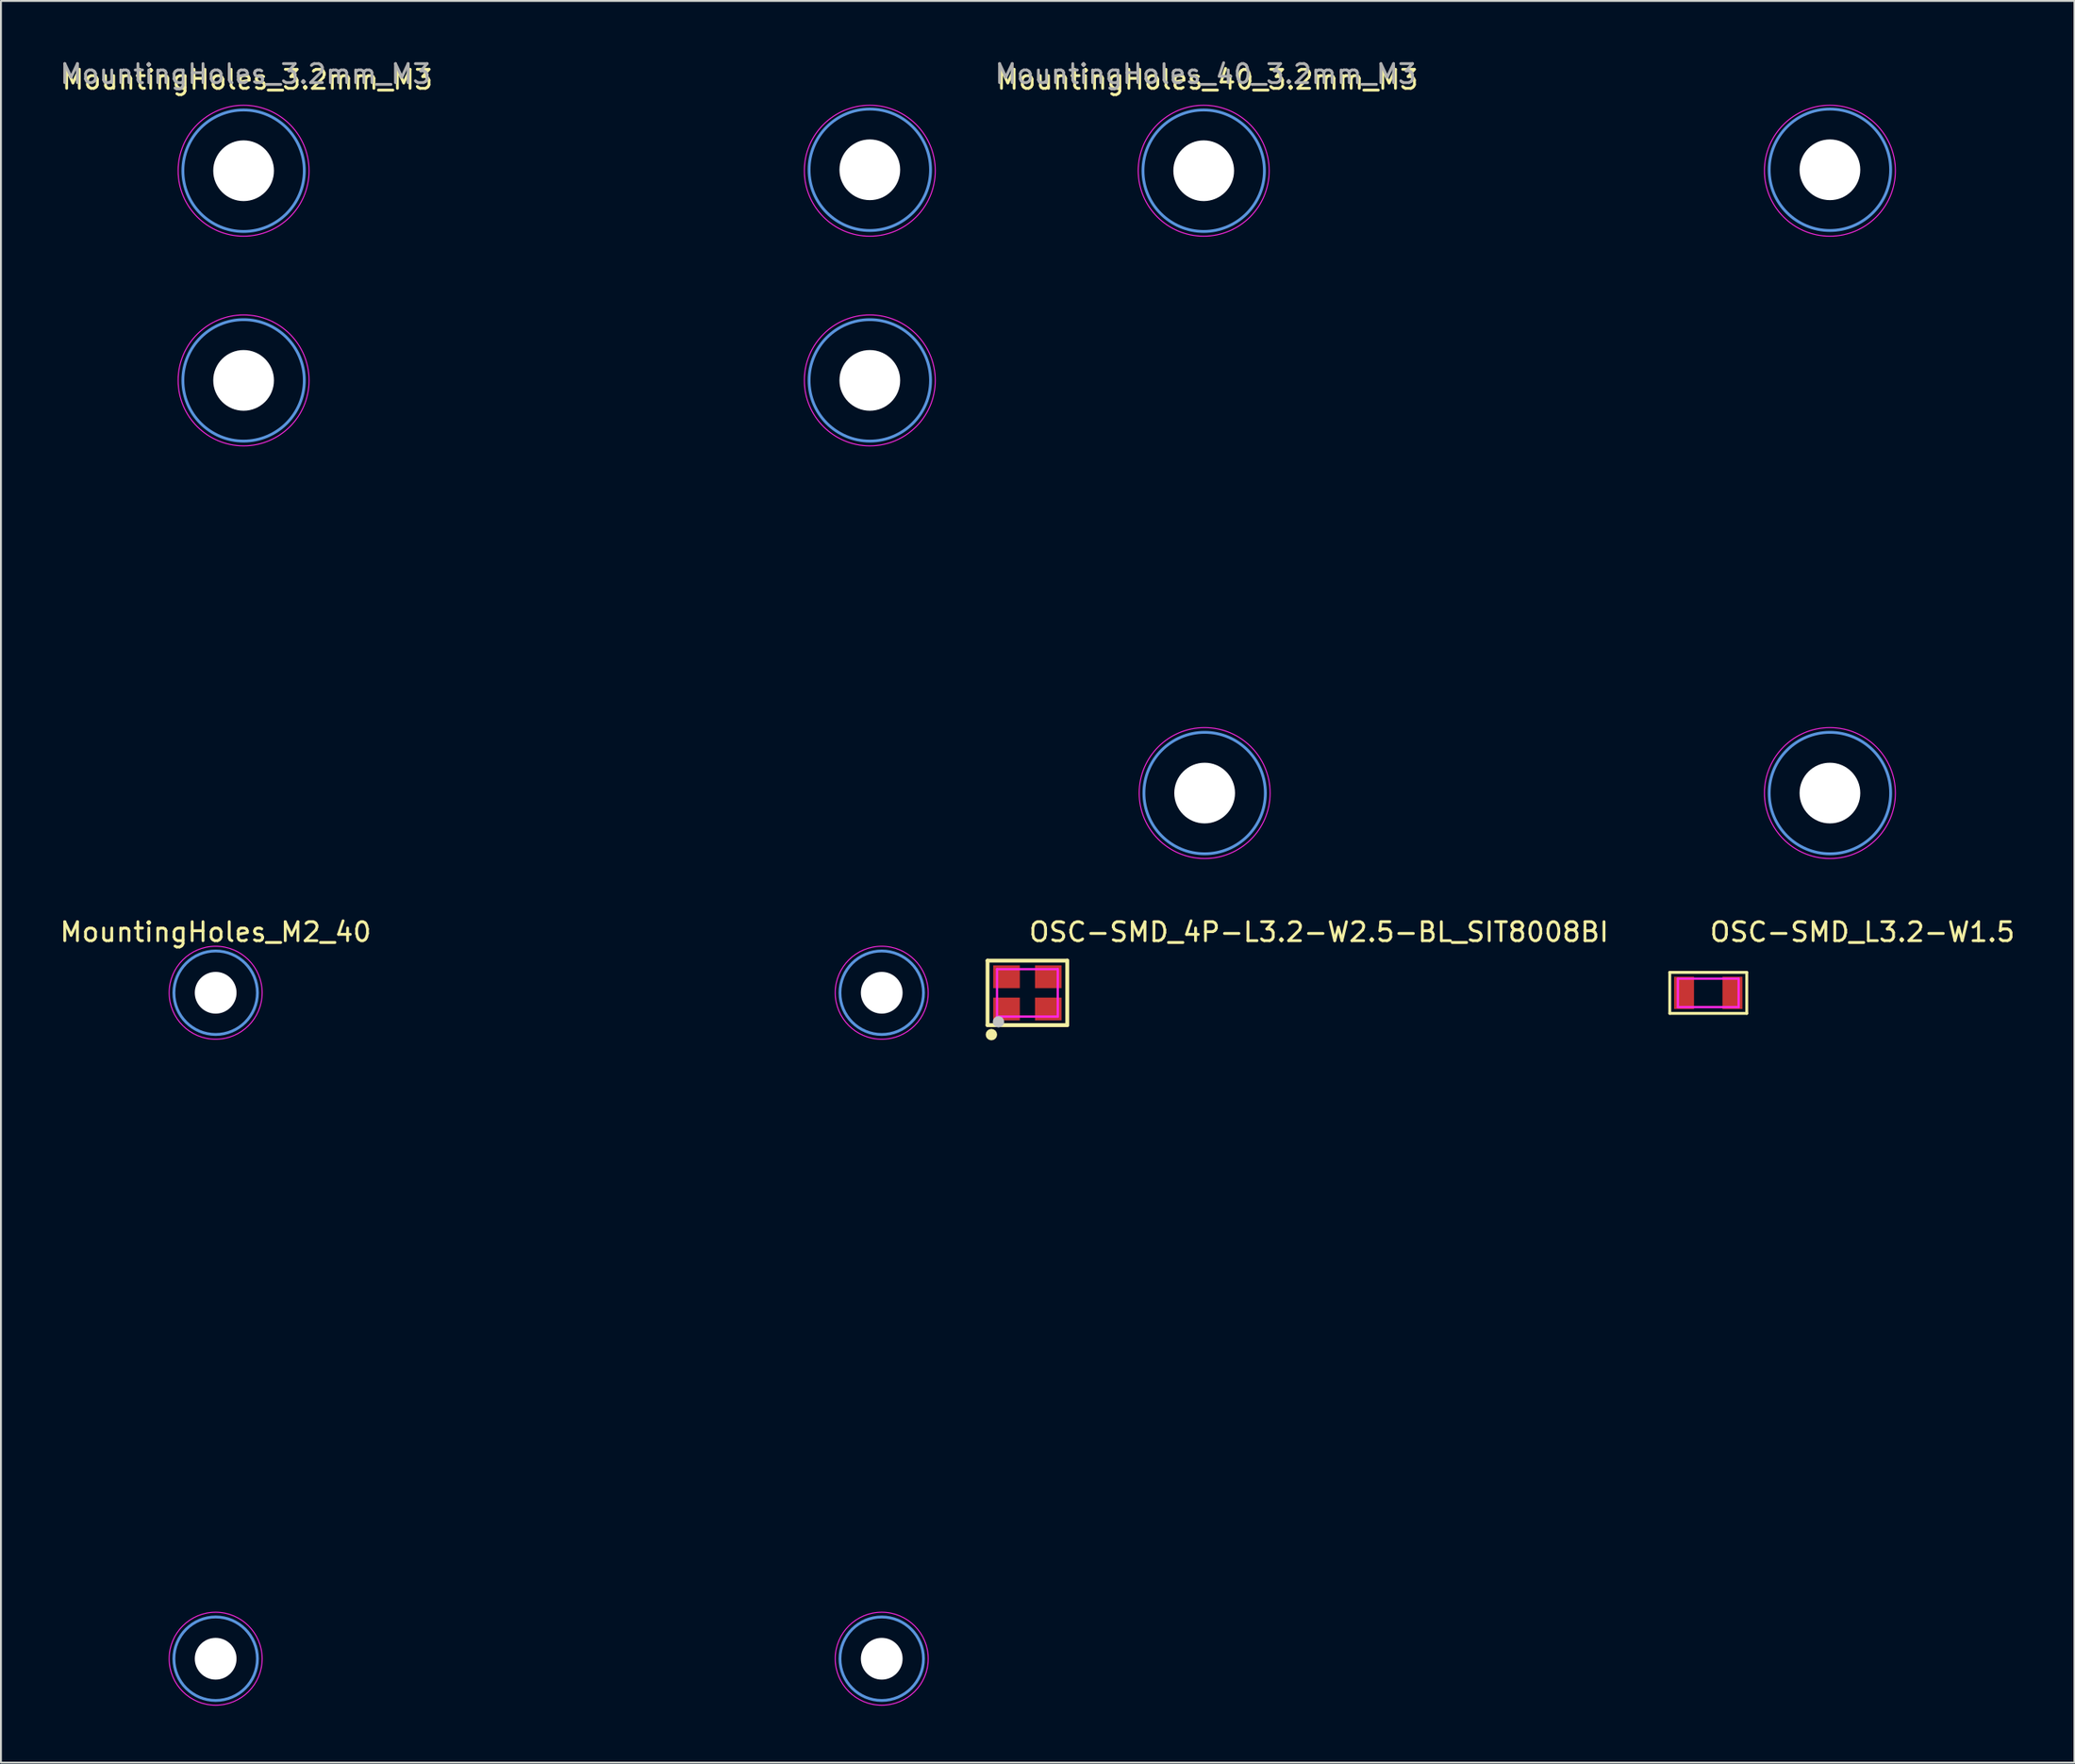
<source format=kicad_pcb>
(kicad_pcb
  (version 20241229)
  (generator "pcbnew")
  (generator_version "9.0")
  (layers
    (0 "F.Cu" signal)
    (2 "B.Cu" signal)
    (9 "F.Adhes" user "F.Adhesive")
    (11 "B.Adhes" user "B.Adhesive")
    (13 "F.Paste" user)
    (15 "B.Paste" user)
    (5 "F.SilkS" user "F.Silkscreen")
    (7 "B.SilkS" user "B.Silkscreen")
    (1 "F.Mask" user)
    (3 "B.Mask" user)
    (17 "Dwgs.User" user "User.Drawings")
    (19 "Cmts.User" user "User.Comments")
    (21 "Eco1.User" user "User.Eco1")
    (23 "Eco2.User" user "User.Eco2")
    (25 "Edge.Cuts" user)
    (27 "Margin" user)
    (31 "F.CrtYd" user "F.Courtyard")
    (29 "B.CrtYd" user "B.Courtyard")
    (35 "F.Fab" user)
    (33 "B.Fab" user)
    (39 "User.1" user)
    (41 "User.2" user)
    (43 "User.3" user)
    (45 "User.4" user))
  (footprint "OSC-SMD_4P-L3.2-W2.5-BL_SIT8008BI"
    (layer "F.Cu")
    (at 51.092 49.279)
    (property "Reference" "OSC-SMD_4P-L3.2-W2.5-BL_SIT8008BI" (at 0 -3.207 0) (layer "F.SilkS") (effects (font (size 1 1) (thickness 0.15)) (justify left)))
    (attr through_hole)
    (fp_line (start -2.1 -1.7) (end -2.1 1.7) (stroke (width 0.203) (type solid)) (layer "F.SilkS"))
    (fp_line (start -2.1 1.7) (end 2.1 1.7) (stroke (width 0.203) (type solid)) (layer "F.SilkS"))
    (fp_line (start 2.1 -1.7) (end -2.1 -1.7) (stroke (width 0.203) (type solid)) (layer "F.SilkS"))
    (fp_line (start 2.1 1.7) (end 2.1 -1.7) (stroke (width 0.203) (type solid)) (layer "F.SilkS"))
    (fp_arc (start -1.897 2.05) (mid -1.89973 2.350012) (end -1.89954 2.049988) (stroke (width 0.3) (type solid)) (layer "F.SilkS"))
    (fp_circle (center -1.524 1.524) (end -1.374 1.524) (stroke (width 0.3) (type solid)) (fill no) (layer "Dwgs.User"))
    (fp_circle (center -1.6 1.25) (end -1.57 1.25) (stroke (width 0.06) (type solid)) (fill no) (layer "Eco2.User"))
    (fp_poly (pts (xy -1.5 -1.15) (xy -0.6 -1.15) (xy -0.6 -0.55) (xy -1.5 -0.55)) (stroke (width 0.12) (type solid)) (fill no) (layer "Eco2.User"))
    (fp_poly (pts (xy -1.5 0.55) (xy -0.6 0.55) (xy -0.6 1.15) (xy -1.5 1.15)) (stroke (width 0.12) (type solid)) (fill no) (layer "Eco2.User"))
    (fp_poly (pts (xy 0.6 -1.15) (xy 1.5 -1.15) (xy 1.5 -0.55) (xy 0.6 -0.55)) (stroke (width 0.12) (type solid)) (fill no) (layer "Eco2.User"))
    (fp_poly (pts (xy 0.6 0.55) (xy 1.5 0.55) (xy 1.5 1.15) (xy 0.6 1.15)) (stroke (width 0.12) (type solid)) (fill no) (layer "Eco2.User"))
    (fp_line (start -1.6 -1.25) (end 1.6 -1.25) (stroke (width 0.12) (type solid)) (layer "F.CrtYd"))
    (fp_line (start -1.6 1.25) (end -1.6 -1.25) (stroke (width 0.12) (type solid)) (layer "F.CrtYd"))
    (fp_line (start 1.6 -1.25) (end 1.6 1.25) (stroke (width 0.12) (type solid)) (layer "F.CrtYd"))
    (fp_line (start 1.6 1.25) (end -1.6 1.25) (stroke (width 0.12) (type solid)) (layer "F.CrtYd"))
    (pad "1" smd rect (at -1.1 0.85) (size 1.4 1.2) (layers "F.Cu" "F.Mask" "F.Paste"))
    (pad "2" smd rect (at 1.1 0.85) (size 1.4 1.2) (layers "F.Cu" "F.Mask" "F.Paste"))
    (pad "3" smd rect (at 1.1 -0.85) (size 1.4 1.2) (layers "F.Cu" "F.Mask" "F.Paste"))
    (pad "4" smd rect (at -1.1 -0.85) (size 1.4 1.2) (layers "F.Cu" "F.Mask" "F.Paste")))
  (footprint "MountingHoles_40_3.2mm_M3"
    (layer "F.Cu")
    (at 60.382 5.948)
    (property "Reference" "MountingHoles_40_3.2mm_M3" (at 0.2 -4.8 0) (layer "F.SilkS") (effects (font (size 1 1) (thickness 0.15))))
    (attr exclude_from_pos_files)
    (fp_circle (center 0 0) (end 3.2 0) (stroke (width 0.15) (type solid)) (fill no) (layer "Cmts.User"))
    (fp_circle (center 0.05 32.8) (end 3.25 32.8) (stroke (width 0.15) (type solid)) (fill no) (layer "Cmts.User"))
    (fp_circle (center 33 -0.05) (end 36.2 -0.05) (stroke (width 0.15) (type solid)) (fill no) (layer "Cmts.User"))
    (fp_circle (center 33 32.8) (end 36.2 32.8) (stroke (width 0.15) (type solid)) (fill no) (layer "Cmts.User"))
    (fp_circle (center 0 0) (end 3.45 0) (stroke (width 0.05) (type solid)) (fill no) (layer "F.CrtYd"))
    (fp_circle (center 0.05 32.8) (end 3.5 32.8) (stroke (width 0.05) (type solid)) (fill no) (layer "F.CrtYd"))
    (fp_circle (center 33 0) (end 36.45 0) (stroke (width 0.05) (type solid)) (fill no) (layer "F.CrtYd"))
    (fp_circle (center 33 32.8) (end 36.45 32.8) (stroke (width 0.05) (type solid)) (fill no) (layer "F.CrtYd"))
    (fp_text user "${REFERENCE}" (at 0.1 -5.1 0) (layer "F.Fab") (effects (font (size 1 1) (thickness 0.15))))
    (pad "" np_thru_hole circle (at 0 0) (size 3.2 3.2) (drill 3.2) (layers "*.Cu" "*.Mask"))
    (pad "" np_thru_hole circle (at 0.05 32.8) (size 3.2 3.2) (drill 3.2) (layers "*.Cu" "*.Mask"))
    (pad "" np_thru_hole circle (at 33 -0.05) (size 3.2 3.2) (drill 3.2) (layers "*.Cu" "*.Mask"))
    (pad "" np_thru_hole circle (at 33 32.8) (size 3.2 3.2) (drill 3.2) (layers "*.Cu" "*.Mask")))
  (footprint "MountingHoles_M2_40"
    (layer "F.Cu")
    (at 25.865 66.822)
    (property "Reference" "MountingHoles_M2_40" (at -17.55 -20.75 0) (layer "F.SilkS") (effects (font (size 1 1) (thickness 0.15))))
    (attr exclude_from_pos_files exclude_from_bom)
    (fp_circle (center -17.55 -17.55) (end -15.35 -17.55) (stroke (width 0.15) (type solid)) (fill no) (layer "Cmts.User"))
    (fp_circle (center -17.55 17.55) (end -15.35 17.55) (stroke (width 0.15) (type solid)) (fill no) (layer "Cmts.User"))
    (fp_circle (center 17.55 -17.55) (end 19.75 -17.55) (stroke (width 0.15) (type solid)) (fill no) (layer "Cmts.User"))
    (fp_circle (center 17.55 17.55) (end 19.75 17.55) (stroke (width 0.15) (type solid)) (fill no) (layer "Cmts.User"))
    (fp_circle (center -17.55 -17.55) (end -15.1 -17.55) (stroke (width 0.05) (type solid)) (fill no) (layer "F.CrtYd"))
    (fp_circle (center -17.55 17.55) (end -15.1 17.55) (stroke (width 0.05) (type solid)) (fill no) (layer "F.CrtYd"))
    (fp_circle (center 17.55 -17.55) (end 20 -17.55) (stroke (width 0.05) (type solid)) (fill no) (layer "F.CrtYd"))
    (fp_circle (center 17.55 17.55) (end 20 17.55) (stroke (width 0.05) (type solid)) (fill no) (layer "F.CrtYd"))
    (pad "" np_thru_hole circle (at -17.55 -17.55) (size 2.2 2.2) (drill 2.2) (layers "*.Cu" "*.Mask"))
    (pad "" np_thru_hole circle (at -17.55 17.55) (size 2.2 2.2) (drill 2.2) (layers "*.Cu" "*.Mask"))
    (pad "" np_thru_hole circle (at 17.55 -17.55) (size 2.2 2.2) (drill 2.2) (layers "*.Cu" "*.Mask"))
    (pad "" np_thru_hole circle (at 17.55 17.55) (size 2.2 2.2) (drill 2.2) (layers "*.Cu" "*.Mask")))
  (footprint "MountingHoles_3.2mm_M3"
    (layer "F.Cu")
    (at 9.787 5.948)
    (property "Reference" "MountingHoles_3.2mm_M3" (at 0.2 -4.8 0) (layer "F.SilkS") (effects (font (size 1 1) (thickness 0.15))))
    (attr exclude_from_pos_files)
    (fp_circle (center 0 0) (end 3.2 0) (stroke (width 0.15) (type solid)) (fill no) (layer "Cmts.User"))
    (fp_circle (center 0 11.05) (end 3.2 11.05) (stroke (width 0.15) (type solid)) (fill no) (layer "Cmts.User"))
    (fp_circle (center 33 -0.05) (end 36.2 -0.05) (stroke (width 0.15) (type solid)) (fill no) (layer "Cmts.User"))
    (fp_circle (center 33 11.05) (end 36.2 11.05) (stroke (width 0.15) (type solid)) (fill no) (layer "Cmts.User"))
    (fp_circle (center 0 0) (end 3.45 0) (stroke (width 0.05) (type solid)) (fill no) (layer "F.CrtYd"))
    (fp_circle (center 0 11.05) (end 3.45 11.05) (stroke (width 0.05) (type solid)) (fill no) (layer "F.CrtYd"))
    (fp_circle (center 33 0) (end 36.45 0) (stroke (width 0.05) (type solid)) (fill no) (layer "F.CrtYd"))
    (fp_circle (center 33 11.05) (end 36.45 11.05) (stroke (width 0.05) (type solid)) (fill no) (layer "F.CrtYd"))
    (fp_text user "${REFERENCE}" (at 0.1 -5.1 0) (layer "F.Fab") (effects (font (size 1 1) (thickness 0.15))))
    (pad "" np_thru_hole circle (at 0 0) (size 3.2 3.2) (drill 3.2) (layers "*.Cu" "*.Mask"))
    (pad "" np_thru_hole circle (at 0 11.05) (size 3.2 3.2) (drill 3.2) (layers "*.Cu" "*.Mask"))
    (pad "" np_thru_hole circle (at 33 -0.05) (size 3.2 3.2) (drill 3.2) (layers "*.Cu" "*.Mask"))
    (pad "" np_thru_hole circle (at 33 11.05) (size 3.2 3.2) (drill 3.2) (layers "*.Cu" "*.Mask")))
  (footprint "OSC-SMD_L3.2-W1.5"
    (layer "F.Cu")
    (at 86.971 49.279)
    (property "Reference" "OSC-SMD_L3.2-W1.5" (at 0 -3.207 0) (layer "F.SilkS") (effects (font (size 1 1) (thickness 0.15)) (justify left)))
    (attr through_hole)
    (fp_line (start -2.029 -1.079) (end 2.029 -1.079) (stroke (width 0.152) (type solid)) (layer "F.SilkS"))
    (fp_line (start -2.029 1.079) (end -2.029 -1.079) (stroke (width 0.152) (type solid)) (layer "F.SilkS"))
    (fp_line (start 2.029 -1.079) (end 2.029 1.079) (stroke (width 0.152) (type solid)) (layer "F.SilkS"))
    (fp_line (start 2.029 1.079) (end -2.029 1.079) (stroke (width 0.152) (type solid)) (layer "F.SilkS"))
    (fp_circle (center -1.6 0.75) (end -1.57 0.75) (stroke (width 0.06) (type solid)) (fill no) (layer "Eco2.User"))
    (fp_poly (pts (xy -0.85 0.75) (xy -0.85 -0.75) (xy -1.5 -0.75) (xy -1.5 0.75)) (stroke (width 0.12) (type solid)) (fill no) (layer "Eco2.User"))
    (fp_poly (pts (xy 0.85 0.75) (xy 0.85 -0.75) (xy 1.5 -0.75) (xy 1.5 0.75)) (stroke (width 0.12) (type solid)) (fill no) (layer "Eco2.User"))
    (fp_line (start -1.6 -0.75) (end 1.6 -0.75) (stroke (width 0.12) (type solid)) (layer "F.CrtYd"))
    (fp_line (start -1.6 0.75) (end -1.6 -0.75) (stroke (width 0.12) (type solid)) (layer "F.CrtYd"))
    (fp_line (start 1.6 -0.75) (end 1.6 0.75) (stroke (width 0.12) (type solid)) (layer "F.CrtYd"))
    (fp_line (start 1.6 0.75) (end -1.6 0.75) (stroke (width 0.12) (type solid)) (layer "F.CrtYd"))
    (pad "1" smd rect (at -1.275 0) (size 1.05 1.7) (layers "F.Cu" "F.Mask" "F.Paste"))
    (pad "2" smd rect (at 1.275 0) (size 1.05 1.7) (layers "F.Cu" "F.Mask" "F.Paste")))
  (gr_rect
    (start -3 -3)
    (end 106.268 89.847)
    (stroke (width 0.1) (type default))
    (fill no)
    (layer "Edge.Cuts")))
</source>
